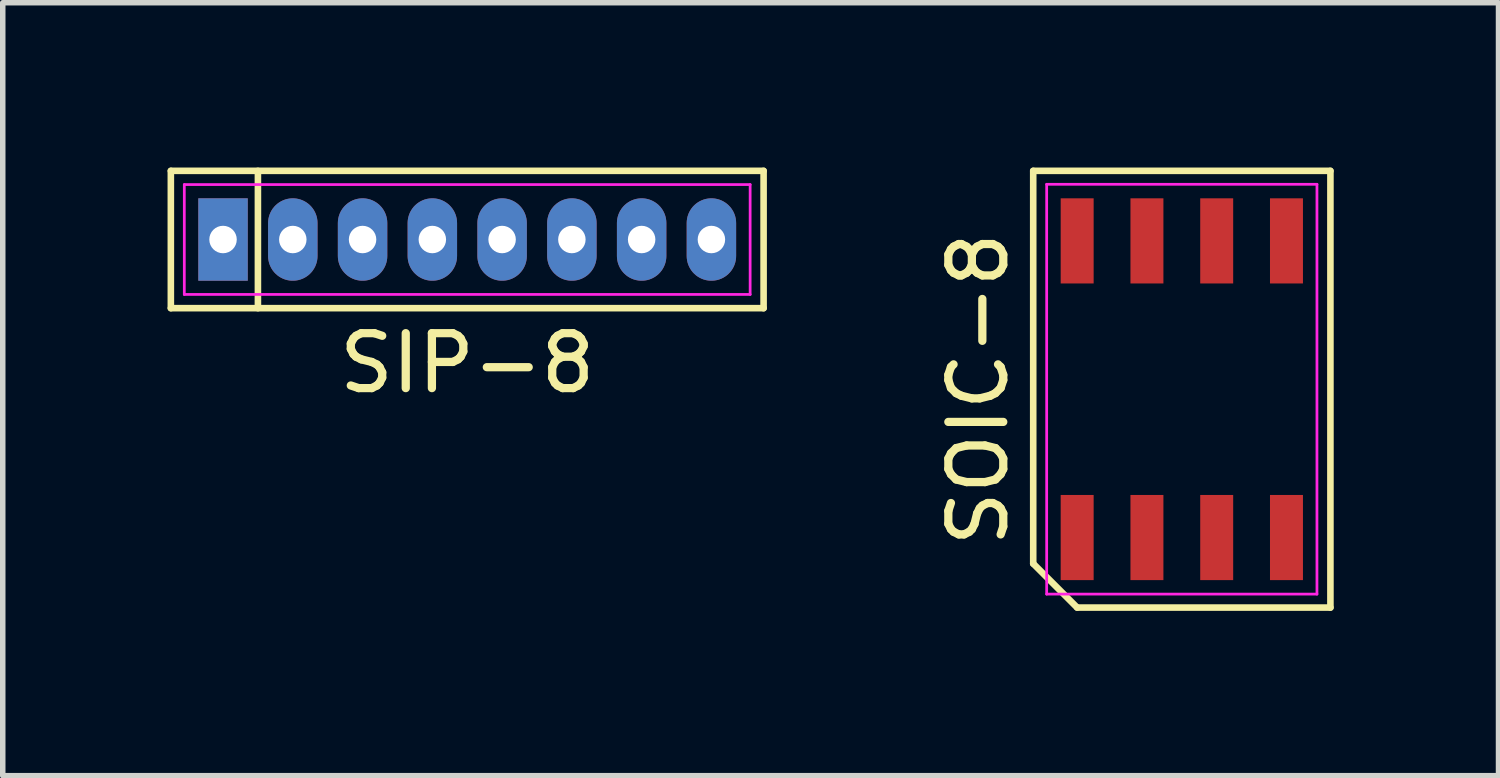
<source format=kicad_pcb>
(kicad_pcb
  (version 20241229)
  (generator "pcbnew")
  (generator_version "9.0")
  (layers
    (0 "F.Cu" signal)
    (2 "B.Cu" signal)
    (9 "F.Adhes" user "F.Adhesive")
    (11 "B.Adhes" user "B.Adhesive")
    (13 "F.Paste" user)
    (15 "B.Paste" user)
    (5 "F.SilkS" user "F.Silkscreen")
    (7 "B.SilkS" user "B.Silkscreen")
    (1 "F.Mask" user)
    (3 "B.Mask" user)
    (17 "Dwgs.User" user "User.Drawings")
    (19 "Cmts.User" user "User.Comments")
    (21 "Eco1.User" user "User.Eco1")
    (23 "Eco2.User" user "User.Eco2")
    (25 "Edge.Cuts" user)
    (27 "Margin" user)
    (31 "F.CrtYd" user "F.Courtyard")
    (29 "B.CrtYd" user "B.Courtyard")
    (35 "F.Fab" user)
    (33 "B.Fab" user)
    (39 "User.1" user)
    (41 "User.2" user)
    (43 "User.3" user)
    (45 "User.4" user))
  (footprint "SIP-8"
    (layer "F.Cu")
    (at 1.015 1.32)
    (property "Reference" "SIP-8" (at 4.44 2.24 0) (layer "F.SilkS") (effects (font (size 1 1) (thickness 0.15))))
    (attr through_hole)
    (fp_line (start -0.955 -1.26) (end 9.835 -1.26) (stroke (width 0.12) (type solid)) (layer "F.SilkS"))
    (fp_line (start -0.955 1.24) (end -0.955 -1.26) (stroke (width 0.12) (type solid)) (layer "F.SilkS"))
    (fp_line (start 0.63 -1.26) (end 0.63 1.24) (stroke (width 0.12) (type solid)) (layer "F.SilkS"))
    (fp_line (start 9.835 -1.26) (end 9.835 1.24) (stroke (width 0.12) (type solid)) (layer "F.SilkS"))
    (fp_line (start 9.835 1.24) (end -0.955 1.24) (stroke (width 0.12) (type solid)) (layer "F.SilkS"))
    (fp_line (start -0.71 -1.01) (end 9.59 -1.01) (stroke (width 0.05) (type solid)) (layer "F.CrtYd"))
    (fp_line (start -0.71 0.99) (end -0.71 -1.01) (stroke (width 0.05) (type solid)) (layer "F.CrtYd"))
    (fp_line (start 9.59 -1.01) (end 9.59 0.99) (stroke (width 0.05) (type solid)) (layer "F.CrtYd"))
    (fp_line (start 9.59 0.99) (end -0.71 0.99) (stroke (width 0.05) (type solid)) (layer "F.CrtYd"))
    (pad "1" thru_hole rect (at -0.005 -0.01) (size 0.9 1.5) (drill 0.5) (layers "*.Cu" "*.Mask"))
    (pad "2" thru_hole oval (at 1.265 -0.01) (size 0.9 1.5) (drill 0.5) (layers "*.Cu" "*.Mask"))
    (pad "3" thru_hole oval (at 2.535 -0.01) (size 0.9 1.5) (drill 0.5) (layers "*.Cu" "*.Mask"))
    (pad "4" thru_hole oval (at 3.805 -0.01) (size 0.9 1.5) (drill 0.5) (layers "*.Cu" "*.Mask"))
    (pad "5" thru_hole oval (at 5.075 -0.01) (size 0.9 1.5) (drill 0.5) (layers "*.Cu" "*.Mask"))
    (pad "6" thru_hole oval (at 6.345 -0.01) (size 0.9 1.5) (drill 0.5) (layers "*.Cu" "*.Mask"))
    (pad "7" thru_hole oval (at 7.615 -0.01) (size 0.9 1.5) (drill 0.5) (layers "*.Cu" "*.Mask"))
    (pad "8" thru_hole oval (at 8.885 -0.01) (size 0.9 1.5) (drill 0.5) (layers "*.Cu" "*.Mask")))
  (footprint "SOIC-8"
    (layer "F.Cu")
    (at 18.463 4.035)
    (property "Reference" "SOIC-8" (at -3.705 0 90) (layer "F.SilkS") (effects (font (size 1 1) (thickness 0.15))))
    (attr smd)
    (fp_line (start -2.705 -3.975) (end 2.705 -3.975) (stroke (width 0.12) (type solid)) (layer "F.SilkS"))
    (fp_line (start -2.705 3.175) (end -2.705 -3.975) (stroke (width 0.12) (type solid)) (layer "F.SilkS"))
    (fp_line (start -1.905 3.975) (end -2.705 3.175) (stroke (width 0.12) (type solid)) (layer "F.SilkS"))
    (fp_line (start 2.705 -3.975) (end 2.705 3.975) (stroke (width 0.12) (type solid)) (layer "F.SilkS"))
    (fp_line (start 2.705 3.975) (end -1.905 3.975) (stroke (width 0.12) (type solid)) (layer "F.SilkS"))
    (fp_line (start -2.46 -3.73) (end 2.46 -3.73) (stroke (width 0.05) (type solid)) (layer "F.CrtYd"))
    (fp_line (start -2.46 3.73) (end -2.46 -3.73) (stroke (width 0.05) (type solid)) (layer "F.CrtYd"))
    (fp_line (start 2.46 -3.73) (end 2.46 3.73) (stroke (width 0.05) (type solid)) (layer "F.CrtYd"))
    (fp_line (start 2.46 3.73) (end -2.46 3.73) (stroke (width 0.05) (type solid)) (layer "F.CrtYd"))
    (pad "1" smd rect (at -1.905 2.7) (size 0.6 1.55) (layers "F.Cu" "F.Mask" "F.Paste"))
    (pad "2" smd rect (at -0.635 2.7) (size 0.6 1.55) (layers "F.Cu" "F.Mask" "F.Paste"))
    (pad "3" smd rect (at 0.635 2.7) (size 0.6 1.55) (layers "F.Cu" "F.Mask" "F.Paste"))
    (pad "4" smd rect (at 1.905 2.7) (size 0.6 1.55) (layers "F.Cu" "F.Mask" "F.Paste"))
    (pad "5" smd rect (at 1.905 -2.7) (size 0.6 1.55) (layers "F.Cu" "F.Mask" "F.Paste"))
    (pad "6" smd rect (at 0.635 -2.7) (size 0.6 1.55) (layers "F.Cu" "F.Mask" "F.Paste"))
    (pad "7" smd rect (at -0.635 -2.7) (size 0.6 1.55) (layers "F.Cu" "F.Mask" "F.Paste"))
    (pad "8" smd rect (at -1.905 -2.7) (size 0.6 1.55) (layers "F.Cu" "F.Mask" "F.Paste")))
  (gr_rect
    (start -3 -3)
    (end 24.228 11.07)
    (stroke (width 0.1) (type default))
    (fill no)
    (layer "Edge.Cuts")))
</source>
